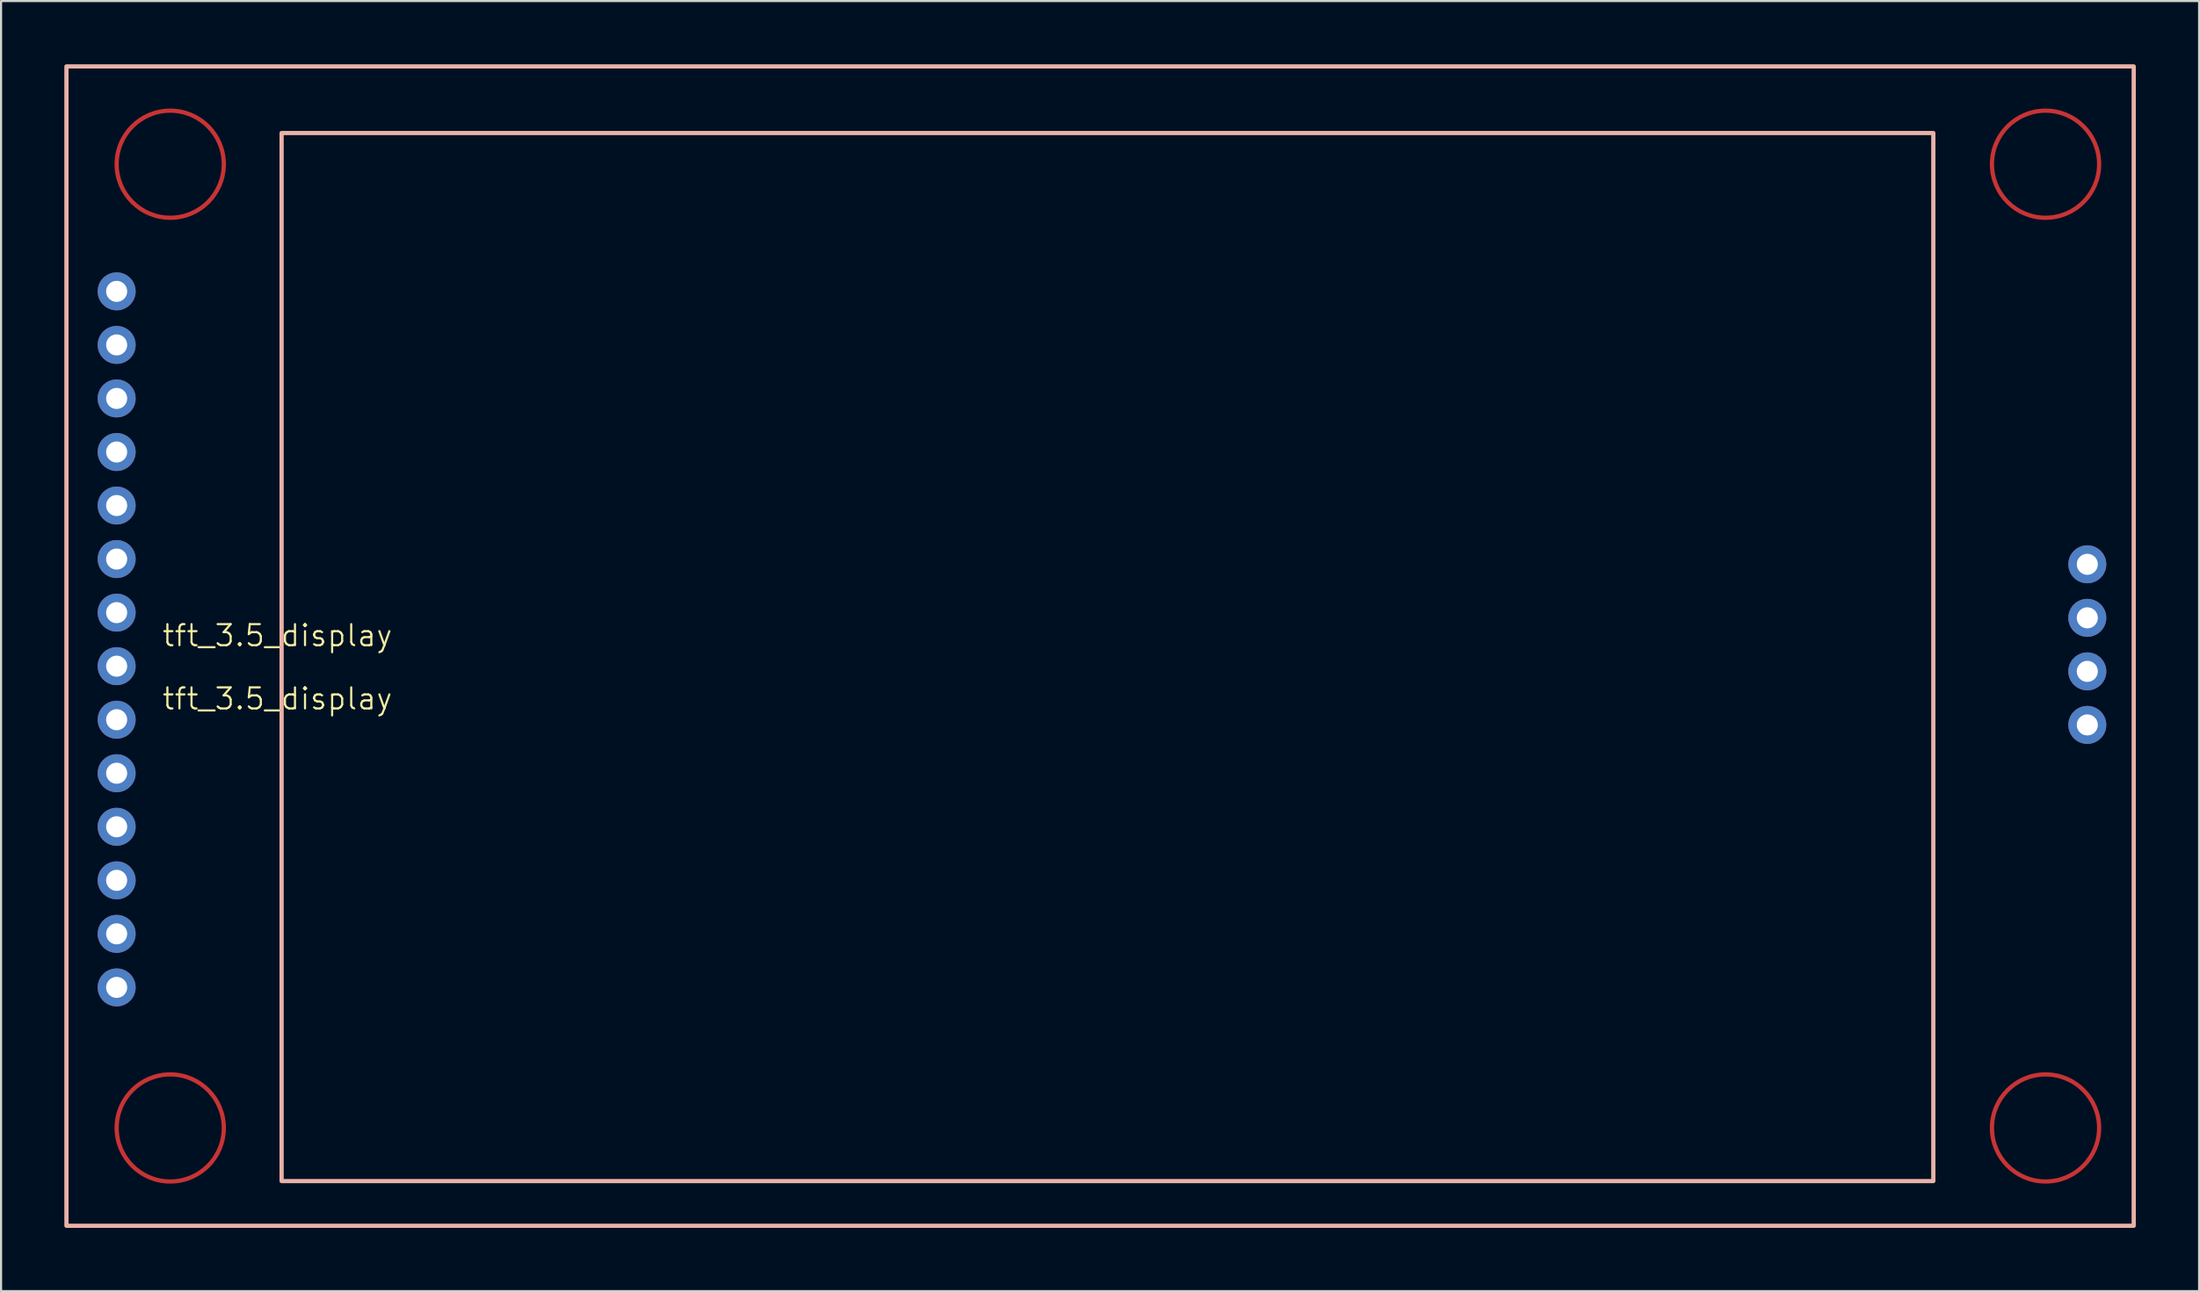
<source format=kicad_pcb>
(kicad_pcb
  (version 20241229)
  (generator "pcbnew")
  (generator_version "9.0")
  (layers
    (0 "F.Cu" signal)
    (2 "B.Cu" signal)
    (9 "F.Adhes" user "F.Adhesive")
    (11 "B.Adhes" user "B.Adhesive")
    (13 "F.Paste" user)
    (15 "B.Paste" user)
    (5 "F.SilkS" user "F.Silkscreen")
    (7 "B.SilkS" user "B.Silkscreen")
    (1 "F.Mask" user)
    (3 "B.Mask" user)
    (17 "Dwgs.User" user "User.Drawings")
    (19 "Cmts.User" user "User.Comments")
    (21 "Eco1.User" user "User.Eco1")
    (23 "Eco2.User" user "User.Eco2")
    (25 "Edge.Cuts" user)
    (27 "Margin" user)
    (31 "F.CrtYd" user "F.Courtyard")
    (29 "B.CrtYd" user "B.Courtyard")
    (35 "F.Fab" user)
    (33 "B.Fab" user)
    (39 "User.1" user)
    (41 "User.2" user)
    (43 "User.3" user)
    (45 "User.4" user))
  (footprint "tft_3.5_display"
    (layer "F.Cu")
    (at 10.1 27.6)
    (property "Reference" "tft_3.5_display" (at 0 -0.5 0) (unlocked yes) (layer "F.SilkS") (effects (font (size 1 1) (thickness 0.1))))
    (attr smd)
    (fp_circle (center -5.08 -22.86) (end -2.54 -22.86) (stroke (width 0.2) (type default)) (fill no) (layer "F.Cu"))
    (fp_circle (center -5.08 22.86) (end -2.54 22.86) (stroke (width 0.2) (type default)) (fill no) (layer "F.Cu"))
    (fp_circle (center 83.82 -22.86) (end 86.36 -22.86) (stroke (width 0.2) (type default)) (fill no) (layer "F.Cu"))
    (fp_circle (center 83.82 22.86) (end 83.82 20.32) (stroke (width 0.2) (type default)) (fill no) (layer "F.Cu"))
    (fp_rect (start -10 -27.5) (end 88 27.5) (stroke (width 0.2) (type solid)) (fill no) (layer "B.SilkS"))
    (fp_rect (start 0.2 -24.34) (end 78.5 25.38) (stroke (width 0.2) (type solid)) (fill no) (layer "B.SilkS"))
    (fp_text user "${REFERENCE}" (at 0 2.5 0) (unlocked yes) (layer "F.SilkS") (effects (font (size 1 1) (thickness 0.1))))
    (pad "1" thru_hole circle (at -7.62 -16.828) (size 1.8 1.8) (drill 1) (layers "*.Cu" "*.Mask"))
    (pad "2" thru_hole circle (at -7.62 -14.287) (size 1.8 1.8) (drill 1) (layers "*.Cu" "*.Mask"))
    (pad "3" thru_hole circle (at -7.62 -11.748) (size 1.8 1.8) (drill 1) (layers "*.Cu" "*.Mask"))
    (pad "4" thru_hole circle (at -7.62 -9.207) (size 1.8 1.8) (drill 1) (layers "*.Cu" "*.Mask"))
    (pad "5" thru_hole circle (at -7.62 -6.668) (size 1.8 1.8) (drill 1) (layers "*.Cu" "*.Mask"))
    (pad "6" thru_hole circle (at -7.62 -4.128) (size 1.8 1.8) (drill 1) (layers "*.Cu" "*.Mask"))
    (pad "7" thru_hole circle (at -7.62 -1.587) (size 1.8 1.8) (drill 1) (layers "*.Cu" "*.Mask"))
    (pad "8" thru_hole circle (at -7.62 0.953) (size 1.8 1.8) (drill 1) (layers "*.Cu" "*.Mask"))
    (pad "9" thru_hole circle (at -7.62 3.493) (size 1.8 1.8) (drill 1) (layers "*.Cu" "*.Mask"))
    (pad "10" thru_hole circle (at -7.62 6.032) (size 1.8 1.8) (drill 1) (layers "*.Cu" "*.Mask"))
    (pad "11" thru_hole circle (at -7.62 8.572) (size 1.8 1.8) (drill 1) (layers "*.Cu" "*.Mask"))
    (pad "12" thru_hole circle (at -7.62 11.113) (size 1.8 1.8) (drill 1) (layers "*.Cu" "*.Mask"))
    (pad "13" thru_hole circle (at -7.62 13.652) (size 1.8 1.8) (drill 1) (layers "*.Cu" "*.Mask"))
    (pad "14" thru_hole circle (at -7.62 16.192) (size 1.8 1.8) (drill 1) (layers "*.Cu" "*.Mask"))
    (pad "15" thru_hole circle (at 85.8 -3.88) (size 1.8 1.8) (drill 1) (layers "*.Cu" "*.Mask"))
    (pad "16" thru_hole circle (at 85.8 -1.34) (size 1.8 1.8) (drill 1) (layers "*.Cu" "*.Mask"))
    (pad "17" thru_hole circle (at 85.8 1.2) (size 1.8 1.8) (drill 1) (layers "*.Cu" "*.Mask"))
    (pad "18" thru_hole circle (at 85.8 3.74) (size 1.8 1.8) (drill 1) (layers "*.Cu" "*.Mask")))
  (gr_rect
    (start -3 -3)
    (end 101.2 58.2)
    (stroke (width 0.1) (type default))
    (fill no)
    (layer "Edge.Cuts")))
</source>
